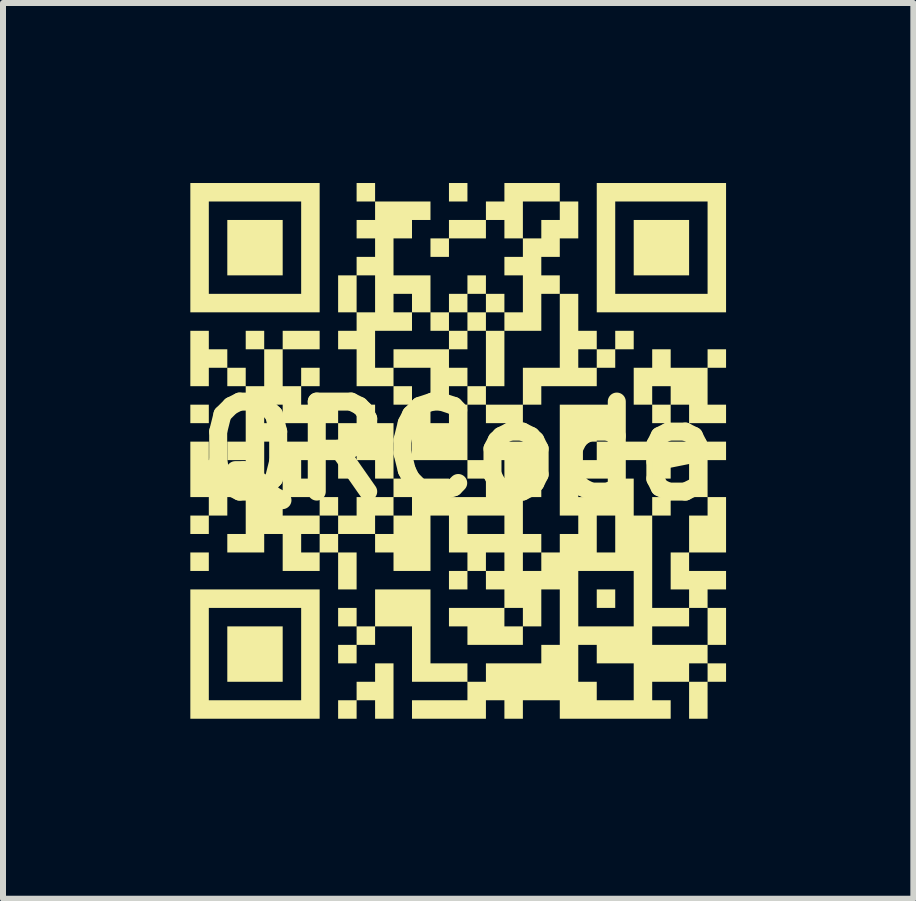
<source format=kicad_pcb>
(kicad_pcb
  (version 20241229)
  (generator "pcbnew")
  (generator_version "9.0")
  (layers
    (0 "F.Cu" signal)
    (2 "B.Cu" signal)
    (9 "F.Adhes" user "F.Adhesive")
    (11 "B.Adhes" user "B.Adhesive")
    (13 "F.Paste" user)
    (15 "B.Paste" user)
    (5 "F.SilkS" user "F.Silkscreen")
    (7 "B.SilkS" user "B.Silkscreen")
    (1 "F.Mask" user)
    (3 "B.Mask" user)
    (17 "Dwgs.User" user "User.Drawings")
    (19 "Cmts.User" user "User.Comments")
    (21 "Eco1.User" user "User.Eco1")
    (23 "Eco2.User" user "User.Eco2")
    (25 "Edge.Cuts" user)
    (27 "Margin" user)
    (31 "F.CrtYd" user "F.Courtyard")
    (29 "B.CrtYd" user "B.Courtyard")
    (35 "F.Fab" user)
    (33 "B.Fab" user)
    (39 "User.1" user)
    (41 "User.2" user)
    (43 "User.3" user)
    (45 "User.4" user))
  (footprint "QRCode"
    (layer "F.Cu")
    (at 4.586 4.464)
    (property "Reference" "QRCode" (at 0 0 0) (layer "F.SilkS") (effects (font (size 1.5 1.5) (thickness 0.3))))
    (attr board_only exclude_from_pos_files exclude_from_bom)
    (fp_poly (pts (xy -4.156 -0.616) (xy -4.156 -0.462) (xy -4.31 -0.462) (xy -4.464 -0.462) (xy -4.464 -0.616) (xy -4.464 -0.77) (xy -4.31 -0.77) (xy -4.156 -0.77)) (stroke (width 0) (type solid)) (fill yes) (layer "F.SilkS"))
    (fp_poly (pts (xy -4.156 1.847) (xy -4.156 2.001) (xy -4.31 2.001) (xy -4.464 2.001) (xy -4.464 1.847) (xy -4.464 1.693) (xy -4.31 1.693) (xy -4.156 1.693)) (stroke (width 0) (type solid)) (fill yes) (layer "F.SilkS"))
    (fp_poly (pts (xy -2.925 -3.387) (xy -2.925 -2.925) (xy -3.387 -2.925) (xy -3.848 -2.925) (xy -3.848 -3.387) (xy -3.848 -3.848) (xy -3.387 -3.848) (xy -2.925 -3.848)) (stroke (width 0) (type solid)) (fill yes) (layer "F.SilkS"))
    (fp_poly (pts (xy -2.925 3.387) (xy -2.925 3.848) (xy -3.387 3.848) (xy -3.848 3.848) (xy -3.848 3.387) (xy -3.848 2.925) (xy -3.387 2.925) (xy -2.925 2.925)) (stroke (width 0) (type solid)) (fill yes) (layer "F.SilkS"))
    (fp_poly (pts (xy -2.001 0.924) (xy -2.001 1.078) (xy -2.155 1.078) (xy -2.309 1.078) (xy -2.309 0.924) (xy -2.309 0.77) (xy -2.155 0.77) (xy -2.001 0.77)) (stroke (width 0) (type solid)) (fill yes) (layer "F.SilkS"))
    (fp_poly (pts (xy -1.693 0.308) (xy -1.693 0.462) (xy -1.847 0.462) (xy -2.001 0.462) (xy -2.001 0.308) (xy -2.001 0.154) (xy -1.847 0.154) (xy -1.693 0.154)) (stroke (width 0) (type solid)) (fill yes) (layer "F.SilkS"))
    (fp_poly (pts (xy -1.693 2.001) (xy -1.693 2.309) (xy -1.847 2.309) (xy -2.001 2.309) (xy -2.001 2.001) (xy -2.001 1.693) (xy -1.847 1.693) (xy -1.693 1.693)) (stroke (width 0) (type solid)) (fill yes) (layer "F.SilkS"))
    (fp_poly (pts (xy -1.385 -4.31) (xy -1.385 -4.156) (xy -1.539 -4.156) (xy -1.693 -4.156) (xy -1.693 -4.31) (xy -1.693 -4.464) (xy -1.539 -4.464) (xy -1.385 -4.464)) (stroke (width 0) (type solid)) (fill yes) (layer "F.SilkS"))
    (fp_poly (pts (xy -0.77 -0.924) (xy -0.77 -0.77) (xy -0.924 -0.77) (xy -1.078 -0.77) (xy -1.078 -0.924) (xy -1.078 -1.078) (xy -0.924 -1.078) (xy -0.77 -1.078)) (stroke (width 0) (type solid)) (fill yes) (layer "F.SilkS"))
    (fp_poly (pts (xy 0.154 -4.31) (xy 0.154 -4.156) (xy 0 -4.156) (xy -0.154 -4.156) (xy -0.154 -4.31) (xy -0.154 -4.464) (xy 0 -4.464) (xy 0.154 -4.464)) (stroke (width 0) (type solid)) (fill yes) (layer "F.SilkS"))
    (fp_poly (pts (xy 0.77 -1.539) (xy 0.77 -1.078) (xy 0.616 -1.078) (xy 0.462 -1.078) (xy 0.462 -1.539) (xy 0.462 -2.001) (xy 0.616 -2.001) (xy 0.77 -2.001)) (stroke (width 0) (type solid)) (fill yes) (layer "F.SilkS"))
    (fp_poly (pts (xy 2.617 2.463) (xy 2.617 2.617) (xy 2.463 2.617) (xy 2.309 2.617) (xy 2.309 2.463) (xy 2.309 2.309) (xy 2.463 2.309) (xy 2.617 2.309)) (stroke (width 0) (type solid)) (fill yes) (layer "F.SilkS"))
    (fp_poly (pts (xy 3.541 0.924) (xy 3.541 1.078) (xy 3.387 1.078) (xy 3.233 1.078) (xy 3.233 0.924) (xy 3.233 0.77) (xy 3.387 0.77) (xy 3.541 0.77)) (stroke (width 0) (type solid)) (fill yes) (layer "F.SilkS"))
    (fp_poly (pts (xy 3.848 -3.387) (xy 3.848 -2.925) (xy 3.387 -2.925) (xy 2.925 -2.925) (xy 2.925 -3.387) (xy 2.925 -3.848) (xy 3.387 -3.848) (xy 3.848 -3.848)) (stroke (width 0) (type solid)) (fill yes) (layer "F.SilkS"))
    (fp_poly (pts (xy -4.156 -1.847) (xy -4.156 -1.693) (xy -4.002 -1.693) (xy -3.848 -1.693) (xy -3.848 -1.539) (xy -3.848 -1.385) (xy -4.002 -1.385) (xy -4.156 -1.385) (xy -4.156 -1.232) (xy -4.156 -1.078) (xy -4.31 -1.078) (xy -4.464 -1.078) (xy -4.464 -1.539) (xy -4.464 -2.001) (xy -4.31 -2.001) (xy -4.156 -2.001)) (stroke (width 0) (type solid)) (fill yes) (layer "F.SilkS"))
    (fp_poly (pts (xy -2.001 0) (xy -2.001 0.154) (xy -2.309 0.154) (xy -2.617 0.154) (xy -2.617 0.308) (xy -2.617 0.462) (xy -2.463 0.462) (xy -2.309 0.462) (xy -2.309 0.616) (xy -2.309 0.77) (xy -2.617 0.77) (xy -2.925 0.77) (xy -2.925 0.308) (xy -2.925 -0.154) (xy -2.463 -0.154) (xy -2.001 -0.154)) (stroke (width 0) (type solid)) (fill yes) (layer "F.SilkS"))
    (fp_poly (pts (xy -2.309 -3.387) (xy -2.309 -2.309) (xy -3.387 -2.309) (xy -4.464 -2.309) (xy -4.464 -3.387) (xy -4.156 -3.387) (xy -4.156 -2.617) (xy -3.387 -2.617) (xy -2.617 -2.617) (xy -2.617 -3.387) (xy -2.617 -4.156) (xy -3.387 -4.156) (xy -4.156 -4.156) (xy -4.156 -3.387) (xy -4.464 -3.387) (xy -4.464 -4.464) (xy -3.387 -4.464) (xy -2.309 -4.464)) (stroke (width 0) (type solid)) (fill yes) (layer "F.SilkS"))
    (fp_poly (pts (xy -2.309 3.387) (xy -2.309 4.464) (xy -3.387 4.464) (xy -4.464 4.464) (xy -4.464 3.387) (xy -4.156 3.387) (xy -4.156 4.156) (xy -3.387 4.156) (xy -2.617 4.156) (xy -2.617 3.387) (xy -2.617 2.617) (xy -3.387 2.617) (xy -4.156 2.617) (xy -4.156 3.387) (xy -4.464 3.387) (xy -4.464 2.309) (xy -3.387 2.309) (xy -2.309 2.309)) (stroke (width 0) (type solid)) (fill yes) (layer "F.SilkS"))
    (fp_poly (pts (xy 4.464 -3.387) (xy 4.464 -2.309) (xy 3.387 -2.309) (xy 2.309 -2.309) (xy 2.309 -3.387) (xy 2.617 -3.387) (xy 2.617 -2.617) (xy 3.387 -2.617) (xy 4.156 -2.617) (xy 4.156 -3.387) (xy 4.156 -4.156) (xy 3.387 -4.156) (xy 2.617 -4.156) (xy 2.617 -3.387) (xy 2.309 -3.387) (xy 2.309 -4.464) (xy 3.387 -4.464) (xy 4.464 -4.464)) (stroke (width 0) (type solid)) (fill yes) (layer "F.SilkS"))
    (fp_poly (pts (xy -1.078 4.002) (xy -1.078 4.464) (xy -1.232 4.464) (xy -1.385 4.464) (xy -1.385 4.31) (xy -1.385 4.156) (xy -1.539 4.156) (xy -1.693 4.156) (xy -1.693 4.31) (xy -1.693 4.464) (xy -1.847 4.464) (xy -2.001 4.464) (xy -2.001 4.31) (xy -2.001 4.156) (xy -1.847 4.156) (xy -1.693 4.156) (xy -1.693 4.002) (xy -1.693 3.848) (xy -1.539 3.848) (xy -1.385 3.848) (xy -1.385 3.695) (xy -1.385 3.541) (xy -1.232 3.541) (xy -1.078 3.541)) (stroke (width 0) (type solid)) (fill yes) (layer "F.SilkS"))
    (fp_poly (pts (xy 0.462 -2.155) (xy 0.462 -2.001) (xy 0.308 -2.001) (xy 0.154 -2.001) (xy 0.154 -1.847) (xy 0.154 -1.693) (xy 0 -1.693) (xy -0.154 -1.693) (xy -0.154 -1.539) (xy -0.154 -1.385) (xy 0 -1.385) (xy 0.154 -1.385) (xy 0.154 -1.232) (xy 0.154 -1.078) (xy 0 -1.078) (xy -0.154 -1.078) (xy -0.154 -0.924) (xy -0.154 -0.77) (xy -0.308 -0.77) (xy -0.462 -0.77) (xy -0.462 -1.078) (xy -0.462 -1.385) (xy -0.77 -1.385) (xy -1.078 -1.385) (xy -1.078 -1.539) (xy -1.078 -1.693) (xy -0.616 -1.693) (xy -0.154 -1.693) (xy -0.154 -1.847) (xy -0.154 -2.001) (xy 0 -2.001) (xy 0.154 -2.001) (xy 0.154 -2.155) (xy 0.154 -2.309) (xy 0.308 -2.309) (xy 0.462 -2.309)) (stroke (width 0) (type solid)) (fill yes) (layer "F.SilkS"))
    (fp_poly (pts (xy 3.541 -1.539) (xy 3.541 -1.385) (xy 3.848 -1.385) (xy 4.156 -1.385) (xy 4.156 -1.539) (xy 4.156 -1.693) (xy 4.31 -1.693) (xy 4.464 -1.693) (xy 4.464 -1.539) (xy 4.464 -1.385) (xy 4.31 -1.385) (xy 4.156 -1.385) (xy 4.156 -1.078) (xy 4.156 -0.77) (xy 4.31 -0.77) (xy 4.464 -0.77) (xy 4.464 -0.616) (xy 4.464 -0.462) (xy 4.156 -0.462) (xy 3.848 -0.462) (xy 3.848 -0.616) (xy 3.848 -0.77) (xy 3.695 -0.77) (xy 3.541 -0.77) (xy 3.541 -0.616) (xy 3.541 -0.462) (xy 3.387 -0.462) (xy 3.233 -0.462) (xy 3.233 -0.616) (xy 3.233 -0.77) (xy 3.079 -0.77) (xy 2.925 -0.77) (xy 2.925 -0.924) (xy 3.233 -0.924) (xy 3.233 -0.77) (xy 3.387 -0.77) (xy 3.541 -0.77) (xy 3.541 -0.924) (xy 3.541 -1.078) (xy 3.387 -1.078) (xy 3.233 -1.078) (xy 3.233 -0.924) (xy 2.925 -0.924) (xy 2.925 -1.078) (xy 2.925 -1.385) (xy 3.079 -1.385) (xy 3.233 -1.385) (xy 3.233 -1.539) (xy 3.233 -1.693) (xy 3.387 -1.693) (xy 3.541 -1.693)) (stroke (width 0) (type solid)) (fill yes) (layer "F.SilkS"))
    (fp_poly (pts (xy 1.693 -4.31) (xy 1.693 -4.156) (xy 1.385 -4.156) (xy 1.078 -4.156) (xy 1.078 -3.848) (xy 1.078 -3.541) (xy 1.232 -3.541) (xy 1.385 -3.541) (xy 1.385 -3.695) (xy 1.385 -3.848) (xy 1.539 -3.848) (xy 1.693 -3.848) (xy 1.693 -4.002) (xy 1.693 -4.156) (xy 1.847 -4.156) (xy 2.001 -4.156) (xy 2.001 -3.848) (xy 2.001 -3.541) (xy 1.847 -3.541) (xy 1.693 -3.541) (xy 1.693 -3.387) (xy 1.693 -3.233) (xy 1.539 -3.233) (xy 1.385 -3.233) (xy 1.385 -3.079) (xy 1.385 -2.925) (xy 1.539 -2.925) (xy 1.693 -2.925) (xy 1.693 -2.771) (xy 1.693 -2.617) (xy 1.539 -2.617) (xy 1.385 -2.617) (xy 1.385 -2.309) (xy 1.385 -2.001) (xy 1.078 -2.001) (xy 0.77 -2.001) (xy 0.77 -2.155) (xy 0.77 -2.309) (xy 0.616 -2.309) (xy 0.462 -2.309) (xy 0.462 -2.463) (xy 0.462 -2.617) (xy 0.616 -2.617) (xy 0.77 -2.617) (xy 0.77 -2.463) (xy 0.77 -2.309) (xy 0.924 -2.309) (xy 1.078 -2.309) (xy 1.078 -2.617) (xy 1.078 -2.925) (xy 0.924 -2.925) (xy 0.77 -2.925) (xy 0.77 -3.079) (xy 0.77 -3.233) (xy 0.924 -3.233) (xy 1.078 -3.233) (xy 1.078 -3.387) (xy 1.078 -3.541) (xy 0.924 -3.541) (xy 0.77 -3.541) (xy 0.77 -3.695) (xy 0.77 -3.848) (xy 0.616 -3.848) (xy 0.462 -3.848) (xy 0.462 -3.695) (xy 0.462 -3.541) (xy 0.154 -3.541) (xy -0.154 -3.541) (xy -0.154 -3.387) (xy -0.154 -3.233) (xy -0.308 -3.233) (xy -0.462 -3.233) (xy -0.462 -3.387) (xy -0.462 -3.541) (xy -0.308 -3.541) (xy -0.154 -3.541) (xy -0.154 -3.695) (xy -0.154 -3.848) (xy 0.154 -3.848) (xy 0.462 -3.848) (xy 0.462 -4.002) (xy 0.462 -4.156) (xy 0.616 -4.156) (xy 0.77 -4.156) (xy 0.77 -4.31) (xy 0.77 -4.464) (xy 1.232 -4.464) (xy 1.693 -4.464)) (stroke (width 0) (type solid)) (fill yes) (layer "F.SilkS"))
    (fp_poly (pts (xy -0.462 -4.002) (xy -0.462 -3.848) (xy -0.616 -3.848) (xy -0.77 -3.848) (xy -0.77 -3.695) (xy -0.77 -3.541) (xy -0.924 -3.541) (xy -1.078 -3.541) (xy -1.078 -3.233) (xy -1.078 -2.925) (xy -0.77 -2.925) (xy -0.462 -2.925) (xy -0.462 -2.617) (xy -0.462 -2.309) (xy -0.308 -2.309) (xy -0.154 -2.309) (xy -0.154 -2.463) (xy -0.154 -2.617) (xy 0 -2.617) (xy 0.154 -2.617) (xy 0.154 -2.771) (xy 0.154 -2.925) (xy 0.308 -2.925) (xy 0.462 -2.925) (xy 0.462 -2.771) (xy 0.462 -2.617) (xy 0.308 -2.617) (xy 0.154 -2.617) (xy 0.154 -2.463) (xy 0.154 -2.309) (xy 0 -2.309) (xy -0.154 -2.309) (xy -0.154 -2.155) (xy -0.154 -2.001) (xy -0.308 -2.001) (xy -0.462 -2.001) (xy -0.462 -2.155) (xy -0.462 -2.309) (xy -0.616 -2.309) (xy -0.77 -2.309) (xy -0.77 -2.155) (xy -0.77 -2.001) (xy -1.078 -2.001) (xy -1.385 -2.001) (xy -1.385 -1.693) (xy -1.385 -1.385) (xy -1.232 -1.385) (xy -1.078 -1.385) (xy -1.078 -1.232) (xy -1.078 -1.078) (xy -1.385 -1.078) (xy -1.693 -1.078) (xy -1.693 -1.385) (xy -1.693 -1.693) (xy -1.847 -1.693) (xy -2.001 -1.693) (xy -2.001 -1.847) (xy -2.001 -2.001) (xy -1.847 -2.001) (xy -1.693 -2.001) (xy -1.693 -2.155) (xy -1.693 -2.309) (xy -1.847 -2.309) (xy -2.001 -2.309) (xy -2.001 -2.617) (xy -1.693 -2.617) (xy -1.693 -2.309) (xy -1.539 -2.309) (xy -1.385 -2.309) (xy -1.385 -2.463) (xy -1.078 -2.463) (xy -1.078 -2.309) (xy -0.924 -2.309) (xy -0.77 -2.309) (xy -0.77 -2.463) (xy -0.77 -2.617) (xy -0.924 -2.617) (xy -1.078 -2.617) (xy -1.078 -2.463) (xy -1.385 -2.463) (xy -1.385 -2.617) (xy -1.385 -2.925) (xy -1.539 -2.925) (xy -1.693 -2.925) (xy -1.693 -2.617) (xy -2.001 -2.617) (xy -2.001 -2.925) (xy -1.847 -2.925) (xy -1.693 -2.925) (xy -1.693 -3.079) (xy -1.693 -3.233) (xy -1.539 -3.233) (xy -1.385 -3.233) (xy -1.385 -3.387) (xy -1.385 -3.541) (xy -1.539 -3.541) (xy -1.693 -3.541) (xy -1.693 -3.695) (xy -1.693 -3.848) (xy -1.539 -3.848) (xy -1.385 -3.848) (xy -1.385 -4.002) (xy -1.385 -4.156) (xy -0.924 -4.156) (xy -0.462 -4.156)) (stroke (width 0) (type solid)) (fill yes) (layer "F.SilkS"))
    (fp_poly (pts (xy 2.001 -2.309) (xy 2.001 -2.001) (xy 2.155 -2.001) (xy 2.309 -2.001) (xy 2.309 -1.847) (xy 2.309 -1.693) (xy 2.463 -1.693) (xy 2.617 -1.693) (xy 2.617 -1.847) (xy 2.617 -2.001) (xy 2.771 -2.001) (xy 2.925 -2.001) (xy 2.925 -1.847) (xy 2.925 -1.693) (xy 2.771 -1.693) (xy 2.617 -1.693) (xy 2.617 -1.539) (xy 2.617 -1.385) (xy 2.463 -1.385) (xy 2.309 -1.385) (xy 2.309 -1.232) (xy 2.309 -1.078) (xy 1.847 -1.078) (xy 1.385 -1.078) (xy 1.385 -0.924) (xy 1.385 -0.77) (xy 1.232 -0.77) (xy 1.078 -0.77) (xy 1.078 -0.616) (xy 1.078 -0.462) (xy 0.77 -0.462) (xy 0.462 -0.462) (xy 0.462 -0.616) (xy 0.462 -0.77) (xy 0.308 -0.77) (xy 0.154 -0.77) (xy 0.154 -0.308) (xy 0.154 0.154) (xy 0.308 0.154) (xy 0.462 0.154) (xy 0.462 0) (xy 0.462 -0.154) (xy 0.924 -0.154) (xy 1.385 -0.154) (xy 1.385 0.308) (xy 1.385 0.77) (xy 1.232 0.77) (xy 1.078 0.77) (xy 1.078 1.078) (xy 1.078 1.385) (xy 1.232 1.385) (xy 1.385 1.385) (xy 1.385 1.539) (xy 1.385 1.693) (xy 1.539 1.693) (xy 1.693 1.693) (xy 1.693 1.539) (xy 1.693 1.385) (xy 1.847 1.385) (xy 2.001 1.385) (xy 2.309 1.385) (xy 2.309 1.693) (xy 2.463 1.693) (xy 2.617 1.693) (xy 2.617 1.385) (xy 2.617 1.078) (xy 2.463 1.078) (xy 2.309 1.078) (xy 2.309 1.385) (xy 2.001 1.385) (xy 2.001 1.232) (xy 2.001 1.078) (xy 1.847 1.078) (xy 1.693 1.078) (xy 1.693 0.154) (xy 1.693 -0.77) (xy 2.155 -0.77) (xy 2.617 -0.77) (xy 2.617 -0.616) (xy 2.617 -0.462) (xy 2.463 -0.462) (xy 2.309 -0.462) (xy 2.309 -0.308) (xy 2.309 -0.154) (xy 2.155 -0.154) (xy 2.001 -0.154) (xy 2.001 0) (xy 2.001 0.154) (xy 2.155 0.154) (xy 2.309 0.154) (xy 2.309 0) (xy 2.309 -0.154) (xy 3.387 -0.154) (xy 4.464 -0.154) (xy 4.464 0) (xy 4.464 0.154) (xy 4.31 0.154) (xy 4.156 0.154) (xy 4.156 0.462) (xy 4.156 0.77) (xy 4.002 0.77) (xy 3.848 0.77) (xy 3.848 0.462) (xy 3.848 0.154) (xy 3.695 0.154) (xy 3.541 0.154) (xy 3.541 0.308) (xy 3.541 0.462) (xy 3.387 0.462) (xy 3.233 0.462) (xy 3.233 0.308) (xy 3.233 0.154) (xy 2.925 0.154) (xy 2.617 0.154) (xy 2.617 0.308) (xy 2.617 0.462) (xy 2.309 0.462) (xy 2.001 0.462) (xy 2.001 0.616) (xy 2.001 0.77) (xy 2.309 0.77) (xy 2.617 0.77) (xy 2.617 0.616) (xy 2.617 0.462) (xy 2.771 0.462) (xy 2.925 0.462) (xy 2.925 0.77) (xy 2.925 1.078) (xy 3.079 1.078) (xy 3.233 1.078) (xy 3.233 1.847) (xy 3.233 2.617) (xy 3.541 2.617) (xy 3.848 2.617) (xy 3.848 2.463) (xy 3.848 2.309) (xy 3.695 2.309) (xy 3.541 2.309) (xy 3.541 2.001) (xy 3.541 1.693) (xy 3.695 1.693) (xy 3.848 1.693) (xy 3.848 1.385) (xy 3.848 1.078) (xy 4.002 1.078) (xy 4.156 1.078) (xy 4.156 0.924) (xy 4.156 0.77) (xy 4.31 0.77) (xy 4.464 0.77) (xy 4.464 1.232) (xy 4.464 1.693) (xy 4.156 1.693) (xy 3.848 1.693) (xy 3.848 1.847) (xy 3.848 2.001) (xy 4.156 2.001) (xy 4.464 2.001) (xy 4.464 2.155) (xy 4.464 2.309) (xy 4.31 2.309) (xy 4.156 2.309) (xy 4.156 2.463) (xy 4.156 2.617) (xy 4.002 2.617) (xy 3.848 2.617) (xy 3.848 2.771) (xy 3.848 2.925) (xy 3.541 2.925) (xy 3.233 2.925) (xy 3.233 3.079) (xy 3.233 3.233) (xy 3.695 3.233) (xy 4.156 3.233) (xy 4.156 2.925) (xy 4.156 2.617) (xy 4.31 2.617) (xy 4.464 2.617) (xy 4.464 2.925) (xy 4.464 3.233) (xy 4.31 3.233) (xy 4.156 3.233) (xy 4.156 3.387) (xy 4.156 3.541) (xy 4.002 3.541) (xy 3.848 3.541) (xy 3.848 3.695) (xy 3.848 3.848) (xy 4.002 3.848) (xy 4.156 3.848) (xy 4.156 3.695) (xy 4.156 3.541) (xy 4.31 3.541) (xy 4.464 3.541) (xy 4.464 3.695) (xy 4.464 3.848) (xy 4.31 3.848) (xy 4.156 3.848) (xy 4.156 4.156) (xy 4.156 4.464) (xy 4.002 4.464) (xy 3.848 4.464) (xy 3.848 4.156) (xy 3.848 3.848) (xy 3.541 3.848) (xy 3.233 3.848) (xy 3.233 4.002) (xy 3.233 4.156) (xy 3.387 4.156) (xy 3.541 4.156) (xy 3.541 4.31) (xy 3.541 4.464) (xy 2.617 4.464) (xy 1.693 4.464) (xy 1.693 4.31) (xy 1.693 4.156) (xy 1.385 4.156) (xy 1.078 4.156) (xy 1.078 4.31) (xy 1.078 4.464) (xy 0.924 4.464) (xy 0.77 4.464) (xy 0.77 4.31) (xy 0.77 4.156) (xy 0.616 4.156) (xy 0.462 4.156) (xy 0.462 4.31) (xy 0.462 4.464) (xy -0.154 4.464) (xy -0.77 4.464) (xy -0.77 4.31) (xy -0.77 4.156) (xy -0.308 4.156) (xy 0.154 4.156) (xy 0.154 4.002) (xy 0.154 3.848) (xy -0.308 3.848) (xy -0.77 3.848) (xy -0.77 3.387) (xy -0.77 2.925) (xy -1.078 2.925) (xy -1.385 2.925) (xy -1.385 3.079) (xy -1.385 3.233) (xy -1.539 3.233) (xy -1.693 3.233) (xy -1.693 3.387) (xy -1.693 3.541) (xy -1.847 3.541) (xy -2.001 3.541) (xy -2.001 3.387) (xy -2.001 3.233) (xy -1.847 3.233) (xy -1.693 3.233) (xy -1.693 3.079) (xy -1.693 2.925) (xy -1.847 2.925) (xy -2.001 2.925) (xy -2.001 2.771) (xy -2.001 2.617) (xy -1.847 2.617) (xy -1.693 2.617) (xy -1.693 2.771) (xy -1.693 2.925) (xy -1.539 2.925) (xy -1.385 2.925) (xy -1.385 2.617) (xy -1.385 2.309) (xy -0.924 2.309) (xy -0.462 2.309) (xy -0.462 2.925) (xy -0.462 3.541) (xy -0.154 3.541) (xy 0.154 3.541) (xy 0.154 3.695) (xy 0.154 3.848) (xy 0.308 3.848) (xy 0.462 3.848) (xy 0.462 3.695) (xy 0.462 3.541) (xy 0.924 3.541) (xy 1.385 3.541) (xy 2.001 3.541) (xy 2.001 3.848) (xy 2.155 3.848) (xy 2.309 3.848) (xy 2.309 4.002) (xy 2.309 4.156) (xy 2.617 4.156) (xy 2.925 4.156) (xy 2.925 3.848) (xy 2.925 3.541) (xy 2.617 3.541) (xy 2.309 3.541) (xy 2.309 3.387) (xy 2.309 3.233) (xy 2.155 3.233) (xy 2.001 3.233) (xy 2.001 3.541) (xy 1.385 3.541) (xy 1.385 3.387) (xy 1.385 3.233) (xy 1.539 3.233) (xy 1.693 3.233) (xy 1.693 2.771) (xy 1.693 2.463) (xy 2.001 2.463) (xy 2.001 2.925) (xy 2.463 2.925) (xy 2.925 2.925) (xy 2.925 2.463) (xy 2.925 2.001) (xy 2.463 2.001) (xy 2.001 2.001) (xy 2.001 2.463) (xy 1.693 2.463) (xy 1.693 2.309) (xy 1.539 2.309) (xy 1.385 2.309) (xy 1.385 2.617) (xy 1.385 2.925) (xy 1.232 2.925) (xy 1.078 2.925) (xy 1.078 3.079) (xy 1.078 3.233) (xy 0.616 3.233) (xy 0.154 3.233) (xy 0.154 3.079) (xy 0.154 2.925) (xy 0 2.925) (xy -0.154 2.925) (xy -0.154 2.771) (xy 0.77 2.771) (xy 0.77 2.925) (xy 0.924 2.925) (xy 1.078 2.925) (xy 1.078 2.771) (xy 1.078 2.617) (xy 0.924 2.617) (xy 0.77 2.617) (xy 0.77 2.771) (xy -0.154 2.771) (xy -0.154 2.617) (xy 0.308 2.617) (xy 0.77 2.617) (xy 0.77 2.463) (xy 0.77 2.309) (xy 0.616 2.309) (xy 0.462 2.309) (xy 0.462 2.155) (xy 0.462 2.001) (xy 0.308 2.001) (xy 0.154 2.001) (xy 0.154 2.155) (xy 0.154 2.309) (xy 0 2.309) (xy -0.154 2.309) (xy -0.154 2.155) (xy -0.154 2.001) (xy 0 2.001) (xy 0.154 2.001) (xy 0.154 1.847) (xy 0.462 1.847) (xy 0.462 2.001) (xy 0.616 2.001) (xy 0.77 2.001) (xy 0.77 1.847) (xy 1.078 1.847) (xy 1.078 2.001) (xy 1.232 2.001) (xy 1.385 2.001) (xy 1.385 1.847) (xy 1.385 1.693) (xy 1.232 1.693) (xy 1.078 1.693) (xy 1.078 1.847) (xy 0.77 1.847) (xy 0.77 1.693) (xy 0.616 1.693) (xy 0.462 1.693) (xy 0.462 1.847) (xy 0.154 1.847) (xy 0.154 1.693) (xy 0 1.693) (xy -0.154 1.693) (xy -0.154 1.385) (xy -0.154 1.232) (xy 0.154 1.232) (xy 0.154 1.385) (xy 0.462 1.385) (xy 0.77 1.385) (xy 0.77 1.232) (xy 0.77 1.078) (xy 0.462 1.078) (xy 0.154 1.078) (xy 0.154 1.232) (xy -0.154 1.232) (xy -0.154 1.078) (xy -0.308 1.078) (xy -0.462 1.078) (xy -0.462 1.539) (xy -0.462 2.001) (xy -0.77 2.001) (xy -1.078 2.001) (xy -1.078 1.847) (xy -1.078 1.693) (xy -1.232 1.693) (xy -1.385 1.693) (xy -1.385 1.539) (xy -1.385 1.385) (xy -1.693 1.385) (xy -2.001 1.385) (xy -2.001 1.539) (xy -2.001 1.693) (xy -2.155 1.693) (xy -2.309 1.693) (xy -2.309 1.847) (xy -2.309 2.001) (xy -2.617 2.001) (xy -2.925 2.001) (xy -2.925 1.693) (xy -2.925 1.385) (xy -3.079 1.385) (xy -3.233 1.385) (xy -3.233 1.539) (xy -3.233 1.693) (xy -3.541 1.693) (xy -3.848 1.693) (xy -3.848 1.539) (xy -3.848 1.385) (xy -3.695 1.385) (xy -3.541 1.385) (xy -3.541 1.078) (xy -3.541 0.77) (xy -3.695 0.77) (xy -3.848 0.77) (xy -3.848 0.924) (xy -3.848 1.078) (xy -4.002 1.078) (xy -4.156 1.078) (xy -4.156 1.232) (xy -4.156 1.385) (xy -4.31 1.385) (xy -4.464 1.385) (xy -4.464 1.232) (xy -4.464 1.078) (xy -4.31 1.078) (xy -4.156 1.078) (xy -4.156 0.924) (xy -4.156 0.77) (xy -4.31 0.77) (xy -4.464 0.77) (xy -4.464 0.308) (xy -3.848 0.308) (xy -3.848 0.462) (xy -3.695 0.462) (xy -3.541 0.462) (xy -3.541 0.308) (xy -3.541 0.154) (xy -3.695 0.154) (xy -3.848 0.154) (xy -3.848 0.308) (xy -4.464 0.308) (xy -4.464 -0.154) (xy -4.31 -0.154) (xy -4.156 -0.154) (xy -4.156 0) (xy -4.156 0.154) (xy -4.002 0.154) (xy -3.848 0.154) (xy -3.848 0) (xy -3.848 -0.154) (xy -3.695 -0.154) (xy -3.541 -0.154) (xy -3.541 -0.616) (xy -3.233 -0.616) (xy -3.233 -0.462) (xy -3.079 -0.462) (xy -2.925 -0.462) (xy -2.925 -0.616) (xy -2.925 -0.77) (xy -3.079 -0.77) (xy -3.233 -0.77) (xy -3.233 -0.616) (xy -3.541 -0.616) (xy -3.541 -1.078) (xy -3.695 -1.078) (xy -3.848 -1.078) (xy -3.848 -1.232) (xy -3.848 -1.385) (xy -3.695 -1.385) (xy -3.541 -1.385) (xy -3.541 -1.232) (xy -3.541 -1.078) (xy -3.387 -1.078) (xy -3.233 -1.078) (xy -3.233 -1.385) (xy -3.233 -1.693) (xy -3.387 -1.693) (xy -3.541 -1.693) (xy -3.541 -1.847) (xy -3.541 -2.001) (xy -3.387 -2.001) (xy -3.233 -2.001) (xy -3.233 -1.847) (xy -3.233 -1.693) (xy -3.079 -1.693) (xy -2.925 -1.693) (xy -2.925 -1.847) (xy -2.925 -2.001) (xy -2.617 -2.001) (xy -2.309 -2.001) (xy -2.309 -1.847) (xy -2.309 -1.693) (xy -2.617 -1.693) (xy -2.925 -1.693) (xy -2.925 -1.385) (xy -2.925 -1.078) (xy -2.771 -1.078) (xy -2.617 -1.078) (xy -2.617 -1.232) (xy -2.617 -1.385) (xy -2.463 -1.385) (xy -2.309 -1.385) (xy -2.309 -1.232) (xy -2.309 -1.078) (xy -2.463 -1.078) (xy -2.617 -1.078) (xy -2.617 -0.924) (xy -2.617 -0.77) (xy -2.309 -0.77) (xy -2.001 -0.77) (xy -2.001 -0.616) (xy -2.001 -0.462) (xy -1.847 -0.462) (xy -1.693 -0.462) (xy -1.693 -0.616) (xy -1.693 -0.77) (xy -1.539 -0.77) (xy -1.385 -0.77) (xy -1.385 -0.616) (xy -1.385 -0.462) (xy -1.232 -0.462) (xy -1.078 -0.462) (xy -1.078 0) (xy -1.078 0.462) (xy -1.232 0.462) (xy -1.385 0.462) (xy -1.385 0.308) (xy -1.385 0.154) (xy -1.539 0.154) (xy -1.693 0.154) (xy -1.693 0) (xy -1.693 -0.154) (xy -1.847 -0.154) (xy -2.001 -0.154) (xy -2.001 -0.308) (xy -2.001 -0.462) (xy -2.463 -0.462) (xy -2.925 -0.462) (xy -2.925 -0.308) (xy -2.925 -0.154) (xy -3.079 -0.154) (xy -3.233 -0.154) (xy -3.233 0.308) (xy -3.233 0.77) (xy -3.079 0.77) (xy -2.925 0.77) (xy -2.925 0.924) (xy -2.925 1.078) (xy -2.617 1.078) (xy -2.309 1.078) (xy -2.309 1.232) (xy -2.309 1.385) (xy -2.463 1.385) (xy -2.617 1.385) (xy -2.617 1.539) (xy -2.617 1.693) (xy -2.463 1.693) (xy -2.309 1.693) (xy -2.309 1.539) (xy -2.309 1.385) (xy -2.155 1.385) (xy -2.001 1.385) (xy -2.001 1.232) (xy -2.001 1.078) (xy -1.847 1.078) (xy -1.693 1.078) (xy -1.385 1.078) (xy -1.385 1.232) (xy -1.385 1.385) (xy -1.232 1.385) (xy -1.078 1.385) (xy -1.078 1.232) (xy -1.078 1.078) (xy -0.924 1.078) (xy -0.77 1.078) (xy -0.77 0.924) (xy -0.77 0.77) (xy -0.924 0.77) (xy -1.078 0.77) (xy -1.078 0.924) (xy -1.078 1.078) (xy -1.232 1.078) (xy -1.385 1.078) (xy -1.693 1.078) (xy -1.693 0.924) (xy -1.693 0.77) (xy -1.385 0.77) (xy -1.078 0.77) (xy -1.078 0.616) (xy -1.078 0.462) (xy -0.616 0.462) (xy -0.154 0.462) (xy -0.154 0.616) (xy -0.154 0.77) (xy 0.154 0.77) (xy 0.462 0.77) (xy 0.462 0.616) (xy 0.462 0.462) (xy 0.308 0.462) (xy 0.154 0.462) (xy 0.154 0.308) (xy 0.462 0.308) (xy 0.462 0.462) (xy 0.616 0.462) (xy 0.77 0.462) (xy 0.77 0.308) (xy 0.77 0.154) (xy 0.616 0.154) (xy 0.462 0.154) (xy 0.462 0.308) (xy 0.154 0.308) (xy 0.154 0.154) (xy -0.308 0.154) (xy -0.77 0.154) (xy -0.77 -0.308) (xy -0.77 -0.77) (xy -0.616 -0.77) (xy -0.462 -0.77) (xy -0.462 -0.616) (xy -0.462 -0.462) (xy -0.308 -0.462) (xy -0.154 -0.462) (xy -0.154 -0.616) (xy -0.154 -0.77) (xy 0 -0.77) (xy 0.154 -0.77) (xy 0.154 -0.924) (xy 0.154 -1.078) (xy 0.308 -1.078) (xy 0.462 -1.078) (xy 0.462 -0.924) (xy 0.462 -0.77) (xy 0.77 -0.77) (xy 1.078 -0.77) (xy 1.078 -1.078) (xy 1.078 -1.385) (xy 1.385 -1.385) (xy 1.693 -1.385) (xy 1.693 -1.539) (xy 2.001 -1.539) (xy 2.001 -1.385) (xy 2.155 -1.385) (xy 2.309 -1.385) (xy 2.309 -1.539) (xy 2.309 -1.693) (xy 2.155 -1.693) (xy 2.001 -1.693) (xy 2.001 -1.539) (xy 1.693 -1.539) (xy 1.693 -2.001) (xy 1.693 -2.617) (xy 1.847 -2.617) (xy 2.001 -2.617)) (stroke (width 0) (type solid)) (fill yes) (layer "F.SilkS")))
  (gr_rect
    (start -3 -3)
    (end 12.171 11.928)
    (stroke (width 0.1) (type default))
    (fill no)
    (layer "Edge.Cuts")))
</source>
